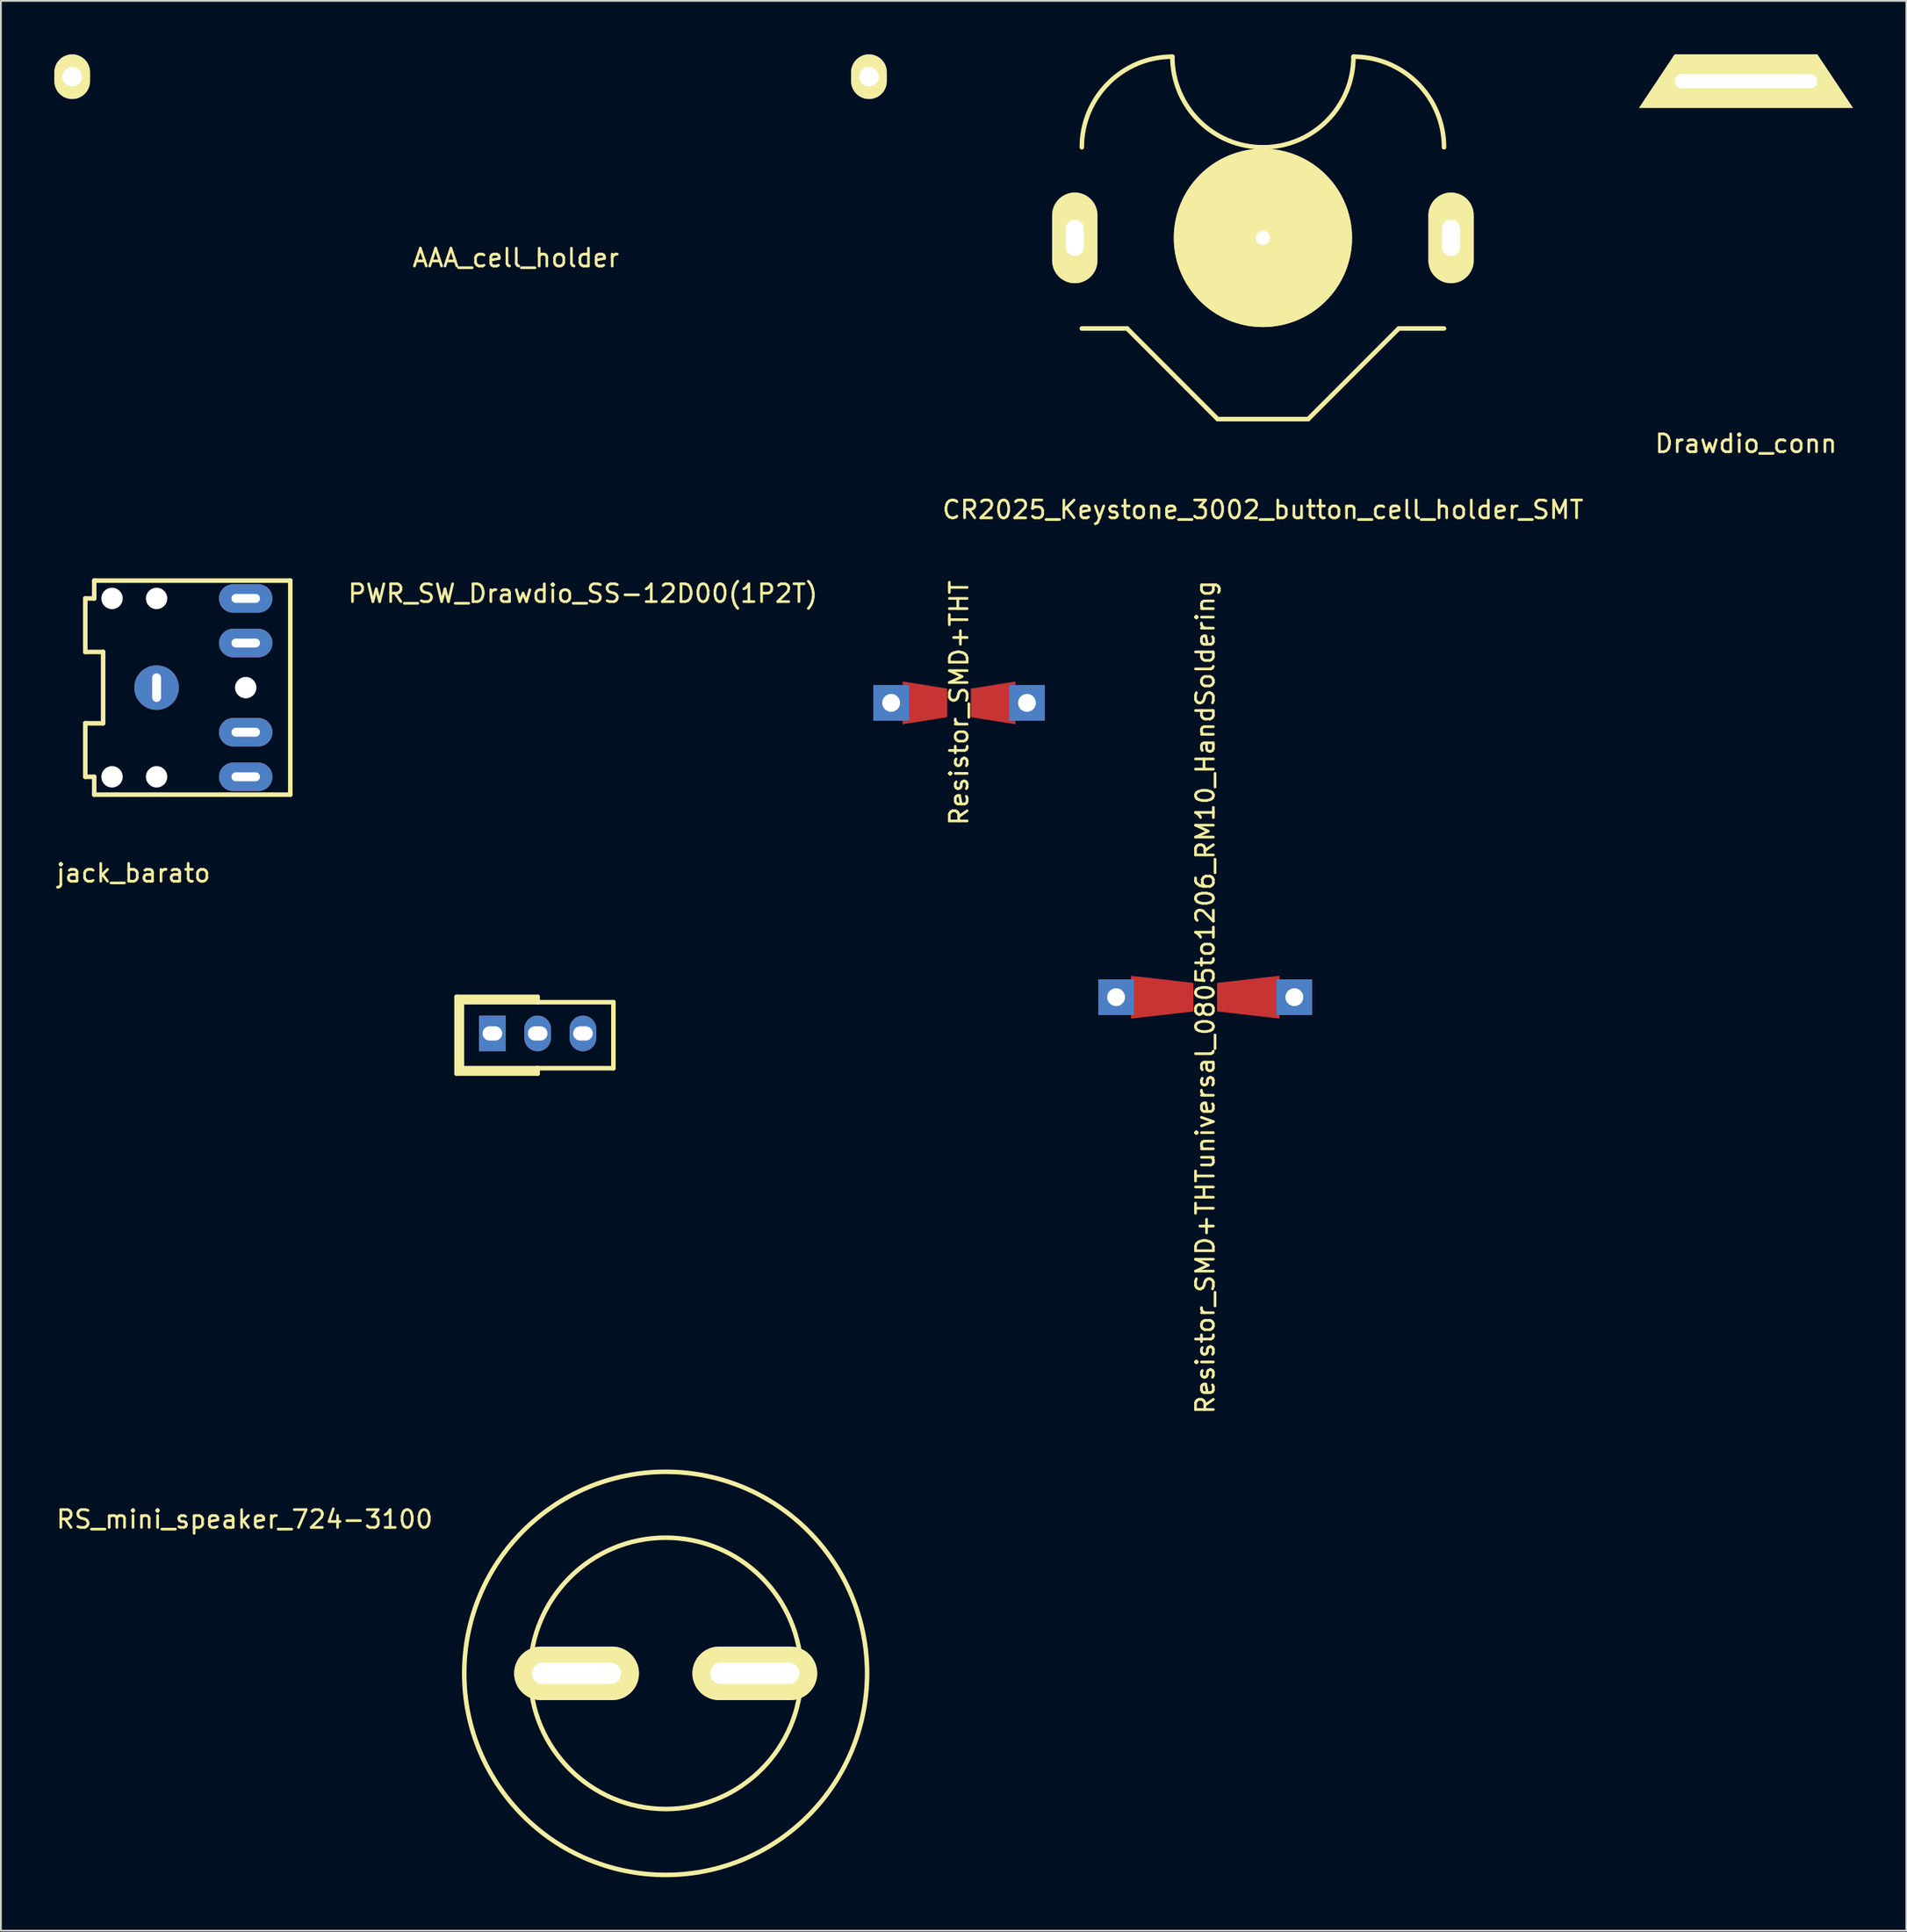
<source format=kicad_pcb>
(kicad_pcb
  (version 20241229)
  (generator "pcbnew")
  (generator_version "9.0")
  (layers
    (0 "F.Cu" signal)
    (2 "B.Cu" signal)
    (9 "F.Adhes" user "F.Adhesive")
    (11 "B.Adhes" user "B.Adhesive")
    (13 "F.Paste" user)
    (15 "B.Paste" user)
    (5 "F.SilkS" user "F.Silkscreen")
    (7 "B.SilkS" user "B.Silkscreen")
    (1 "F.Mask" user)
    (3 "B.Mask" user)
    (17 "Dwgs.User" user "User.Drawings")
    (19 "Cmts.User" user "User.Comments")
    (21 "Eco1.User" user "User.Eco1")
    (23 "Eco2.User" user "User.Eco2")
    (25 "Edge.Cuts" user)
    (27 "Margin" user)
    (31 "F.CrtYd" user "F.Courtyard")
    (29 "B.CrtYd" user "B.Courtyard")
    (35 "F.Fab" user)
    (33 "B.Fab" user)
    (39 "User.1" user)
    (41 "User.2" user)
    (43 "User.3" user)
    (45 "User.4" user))
  (footprint "Resistor_SMD+THTuniversal_0805to1206_RM10_HandSoldering"
    (layer "F.Cu")
    (at 64.565 52.857)
    (property "Reference" "Resistor_SMD+THTuniversal_0805to1206_RM10_HandSoldering" (at 0 0 90) (layer "F.SilkS") (effects (font (size 1 1) (thickness 0.15))))
    (attr through_hole)
    (pad "1" thru_hole rect (at -5.001 0 180) (size 1.999 1.999) (drill 1.001) (layers "*.Cu" "*.Mask"))
    (pad "1" smd trapezoid (at -2.413 0) (size 3.5 1.999) (rect_delta 0.399 0) (layers "F.Cu" "F.Mask" "F.Paste"))
    (pad "2" smd trapezoid (at 2.413 0 180) (size 3.5 1.999) (rect_delta 0.399 0) (layers "F.Cu" "F.Mask" "F.Paste"))
    (pad "2" thru_hole rect (at 5.001 0 180) (size 1.999 1.999) (drill 1.001) (layers "*.Cu" "*.Mask")))
  (footprint "jack_barato"
    (layer "F.Cu")
    (at 5.735 35.502)
    (property "Reference" "jack_barato" (at -1.3 10.4 0) (layer "F.SilkS") (effects (font (size 1 1) (thickness 0.15))))
    (attr through_hole)
    (fp_line (start -4 -5) (end -4 -2) (stroke (width 0.254) (type solid)) (layer "F.SilkS"))
    (fp_line (start -4 -2) (end -3 -2) (stroke (width 0.254) (type solid)) (layer "F.SilkS"))
    (fp_line (start -4 2) (end -4 5) (stroke (width 0.254) (type solid)) (layer "F.SilkS"))
    (fp_line (start -4 5) (end -3.5 5) (stroke (width 0.254) (type solid)) (layer "F.SilkS"))
    (fp_line (start -3.5 -6) (end -3.5 -5) (stroke (width 0.254) (type solid)) (layer "F.SilkS"))
    (fp_line (start -3.5 -5) (end -4 -5) (stroke (width 0.254) (type solid)) (layer "F.SilkS"))
    (fp_line (start -3.5 5) (end -3.5 6) (stroke (width 0.254) (type solid)) (layer "F.SilkS"))
    (fp_line (start -3.5 6) (end 7.5 6) (stroke (width 0.254) (type solid)) (layer "F.SilkS"))
    (fp_line (start -3 -2) (end -3 2) (stroke (width 0.254) (type solid)) (layer "F.SilkS"))
    (fp_line (start -3 2) (end -4 2) (stroke (width 0.254) (type solid)) (layer "F.SilkS"))
    (fp_line (start 7.5 -6) (end -3.5 -6) (stroke (width 0.254) (type solid)) (layer "F.SilkS"))
    (fp_line (start 7.5 -6) (end 7.5 6) (stroke (width 0.254) (type solid)) (layer "F.SilkS"))
    (pad "" np_thru_hole oval (at -2.5 -5) (size 1.2 1.2) (drill 1.2) (layers "*.Cu" "*.Mask"))
    (pad "" np_thru_hole oval (at -2.5 5) (size 1.2 1.2) (drill 1.2) (layers "*.Cu" "*.Mask"))
    (pad "" np_thru_hole oval (at 0 -5) (size 1.2 1.2) (drill 1.2) (layers "*.Cu" "*.Mask"))
    (pad "" np_thru_hole oval (at 0 5) (size 1.2 1.2) (drill 1.2) (layers "*.Cu" "*.Mask"))
    (pad "" np_thru_hole oval (at 5 0) (size 1.2 1.2) (drill 1.2) (layers "*.Cu" "*.Mask"))
    (pad "1" thru_hole oval (at 0 0) (size 2.5 2.5) (drill oval 0.5 1.6) (layers "*.Cu" "*.Mask"))
    (pad "2" thru_hole oval (at 5 5) (size 3 1.6) (drill oval 1.6 0.5) (layers "*.Cu" "*.Mask"))
    (pad "3" thru_hole oval (at 5 -5) (size 3 1.6) (drill oval 1.6 0.5) (layers "*.Cu" "*.Mask"))
    (pad "5" thru_hole oval (at 5 2.5) (size 3 1.6) (drill oval 1.6 0.5) (layers "*.Cu" "*.Mask"))
    (pad "6" thru_hole oval (at 5 -2.5) (size 3 1.6) (drill oval 1.6 0.5) (layers "*.Cu" "*.Mask")))
  (footprint "Resistor_SMD+THT"
    (layer "F.Cu")
    (at 50.754 36.357)
    (property "Reference" "Resistor_SMD+THT" (at 0 0 90) (layer "F.SilkS") (effects (font (size 1 1) (thickness 0.15))))
    (attr through_hole)
    (pad "1" thru_hole rect (at -3.81 0 180) (size 1.999 1.999) (drill 1.001) (layers "*.Cu" "*.Mask"))
    (pad "1" smd trapezoid (at -1.913 0) (size 2.5 1.999) (rect_delta 0.399 0) (layers "F.Cu" "F.Mask" "F.Paste"))
    (pad "2" smd trapezoid (at 1.913 0 180) (size 2.5 1.999) (rect_delta 0.399 0) (layers "F.Cu" "F.Mask" "F.Paste"))
    (pad "2" thru_hole rect (at 3.81 0 180) (size 1.999 1.999) (drill 1.001) (layers "*.Cu" "*.Mask")))
  (footprint "RS_mini_speaker_724-3100"
    (layer "F.Cu")
    (at 34.295 90.767)
    (property "Reference" "RS_mini_speaker_724-3100" (at -23.622 -8.636 0) (layer "F.SilkS") (effects (font (size 1 1) (thickness 0.15))))
    (attr through_hole)
    (fp_circle (center 0 0) (end 7.6 0.3) (stroke (width 0.254) (type solid)) (fill no) (layer "F.SilkS"))
    (fp_circle (center 0 0) (end 11.3 -0.1) (stroke (width 0.254) (type solid)) (fill no) (layer "F.SilkS"))
    (pad "1" thru_hole oval (at 5 0) (size 7 3) (drill oval 5 1.2) (layers "*.Cu" "*.Mask" "F.SilkS"))
    (pad "2" thru_hole oval (at -5 0) (size 7 3) (drill oval 5 1.2) (layers "*.Cu" "*.Mask" "F.SilkS")))
  (footprint "AAA_cell_holder"
    (layer "F.Cu")
    (at 23.35 1.25)
    (property "Reference" "AAA_cell_holder" (at 2.54 10.16 0) (layer "F.SilkS") (effects (font (size 1 1) (thickness 0.15))))
    (attr through_hole)
    (pad "1" thru_hole oval (at 22.35 0 90) (size 2.5 2) (drill 1.1) (layers "*.Cu" "*.Mask" "F.SilkS"))
    (pad "2" thru_hole oval (at -22.35 0 90) (size 2.5 2) (drill 1.1) (layers "*.Cu" "*.Mask" "F.SilkS")))
  (footprint "Drawdio_conn"
    (layer "F.Cu")
    (at 94.902 1.5)
    (property "Reference" "Drawdio_conn" (at 0 20.32 0) (layer "F.SilkS") (effects (font (size 1 1) (thickness 0.15))))
    (attr through_hole)
    (pad "1" thru_hole trapezoid (at 0 0) (size 10 3) (rect_delta 0 2) (drill oval 8 0.8) (layers "*.Cu" "*.Mask" "F.SilkS")))
  (footprint "CR2025_Keystone_3002_button_cell_holder_SMT"
    (layer "F.Cu")
    (at 67.801 10.287)
    (property "Reference" "CR2025_Keystone_3002_button_cell_holder_SMT" (at 0 15.24 0) (layer "F.SilkS") (effects (font (size 1 1) (thickness 0.15))))
    (attr through_hole)
    (fp_line (start -7.62 5.08) (end -10.16 5.08) (stroke (width 0.254) (type solid)) (layer "F.SilkS"))
    (fp_line (start -7.62 5.08) (end -2.54 10.16) (stroke (width 0.15) (type solid)) (layer "F.SilkS"))
    (fp_line (start -7.62 5.08) (end -2.54 10.16) (stroke (width 0.254) (type solid)) (layer "F.SilkS"))
    (fp_line (start -2.54 10.16) (end 2.54 10.16) (stroke (width 0.15) (type solid)) (layer "F.SilkS"))
    (fp_line (start 0 10.16) (end -2.54 10.16) (stroke (width 0.254) (type solid)) (layer "F.SilkS"))
    (fp_line (start 0 10.16) (end 2.54 10.16) (stroke (width 0.254) (type solid)) (layer "F.SilkS"))
    (fp_line (start 2.54 10.16) (end 7.62 5.08) (stroke (width 0.15) (type solid)) (layer "F.SilkS"))
    (fp_line (start 2.54 10.16) (end 7.62 5.08) (stroke (width 0.254) (type solid)) (layer "F.SilkS"))
    (fp_line (start 7.62 5.08) (end 10.16 5.08) (stroke (width 0.15) (type solid)) (layer "F.SilkS"))
    (fp_line (start 7.62 5.08) (end 10.16 5.08) (stroke (width 0.254) (type solid)) (layer "F.SilkS"))
    (fp_arc (start -10.16 -5.08) (mid -8.672102 -8.672102) (end -5.08 -10.16) (stroke (width 0.15) (type solid)) (layer "F.SilkS"))
    (fp_arc (start -10.16 -5.08) (mid -8.672102 -8.672102) (end -5.08 -10.16) (stroke (width 0.254) (type solid)) (layer "F.SilkS"))
    (fp_arc (start 0 -5.08) (mid -3.592102 -6.567898) (end -5.08 -10.16) (stroke (width 0.15) (type solid)) (layer "F.SilkS"))
    (fp_arc (start 0 -5.08) (mid -3.592102 -6.567898) (end -5.08 -10.16) (stroke (width 0.254) (type solid)) (layer "F.SilkS"))
    (fp_arc (start 5.08 -10.16) (mid 3.592102 -6.567898) (end 0 -5.08) (stroke (width 0.15) (type solid)) (layer "F.SilkS"))
    (fp_arc (start 5.08 -10.16) (mid 3.592102 -6.567898) (end 0 -5.08) (stroke (width 0.254) (type solid)) (layer "F.SilkS"))
    (fp_arc (start 5.08 -10.16) (mid 8.672102 -8.672102) (end 10.16 -5.08) (stroke (width 0.15) (type solid)) (layer "F.SilkS"))
    (fp_arc (start 5.08 -10.16) (mid 8.672102 -8.672102) (end 10.16 -5.08) (stroke (width 0.254) (type solid)) (layer "F.SilkS"))
    (pad "1" thru_hole oval (at -10.554 0) (size 2.54 5.08) (drill oval 1.016 2.032) (layers "*.Cu" "*.Mask" "F.SilkS"))
    (pad "1" thru_hole oval (at 10.554 0) (size 2.54 5.08) (drill oval 1.016 2.032) (layers "*.Cu" "*.Mask" "F.SilkS"))
    (pad "2" thru_hole circle (at 0 0) (size 10 10) (drill 0.8) (layers "*.Mask" "F.Cu" "F.SilkS")))
  (footprint "PWR_SW_Drawdio_SS-12D00(1P2T)"
    (layer "F.Cu")
    (at 27.113 54.989)
    (property "Reference" "PWR_SW_Drawdio_SS-12D00(1P2T)" (at 2.54 -24.765 0) (layer "F.SilkS") (effects (font (size 1 1) (thickness 0.15))))
    (attr through_hole)
    (fp_line (start -4.55 -2.15) (end -4.55 2.15) (stroke (width 0.254) (type solid)) (layer "F.SilkS"))
    (fp_line (start -4.55 2.15) (end 0 2.15) (stroke (width 0.254) (type solid)) (layer "F.SilkS"))
    (fp_line (start -4.4 -2) (end -4.4 2) (stroke (width 0.254) (type solid)) (layer "F.SilkS"))
    (fp_line (start -4.4 2) (end 0 2) (stroke (width 0.254) (type solid)) (layer "F.SilkS"))
    (fp_line (start -4.25 -1.85) (end -4.25 1.85) (stroke (width 0.254) (type solid)) (layer "F.SilkS"))
    (fp_line (start -4.25 1.85) (end 0 1.85) (stroke (width 0.254) (type solid)) (layer "F.SilkS"))
    (fp_line (start 0 -2.15) (end -4.55 -2.15) (stroke (width 0.254) (type solid)) (layer "F.SilkS"))
    (fp_line (start 0 -2.15) (end 0 -1.85) (stroke (width 0.254) (type solid)) (layer "F.SilkS"))
    (fp_line (start 0 -2) (end -4.4 -2) (stroke (width 0.254) (type solid)) (layer "F.SilkS"))
    (fp_line (start 0 -1.85) (end 0 -2) (stroke (width 0.254) (type solid)) (layer "F.SilkS"))
    (fp_line (start 0 1.85) (end 4.25 1.85) (stroke (width 0.254) (type solid)) (layer "F.SilkS"))
    (fp_line (start 0 2) (end 0 1.85) (stroke (width 0.254) (type solid)) (layer "F.SilkS"))
    (fp_line (start 0 2.15) (end 0 1.85) (stroke (width 0.254) (type solid)) (layer "F.SilkS"))
    (fp_line (start 4.25 -1.85) (end -4.25 -1.85) (stroke (width 0.254) (type solid)) (layer "F.SilkS"))
    (fp_line (start 4.25 1.85) (end 4.25 -1.85) (stroke (width 0.254) (type solid)) (layer "F.SilkS"))
    (pad "1" thru_hole rect (at -2.54 -0.1) (size 1.5 2) (drill oval 1.1 0.8) (layers "*.Cu" "*.Mask"))
    (pad "2" thru_hole oval (at 0 -0.1) (size 1.5 2) (drill oval 1.1 0.8) (layers "*.Cu" "*.Mask"))
    (pad "3" thru_hole oval (at 2.54 -0.1) (size 1.5 2) (drill oval 1.1 0.8) (layers "*.Cu" "*.Mask")))
  (gr_rect
    (start -3 -3)
    (end 103.902 105.194)
    (stroke (width 0.1) (type default))
    (fill no)
    (layer "Edge.Cuts")))
</source>
